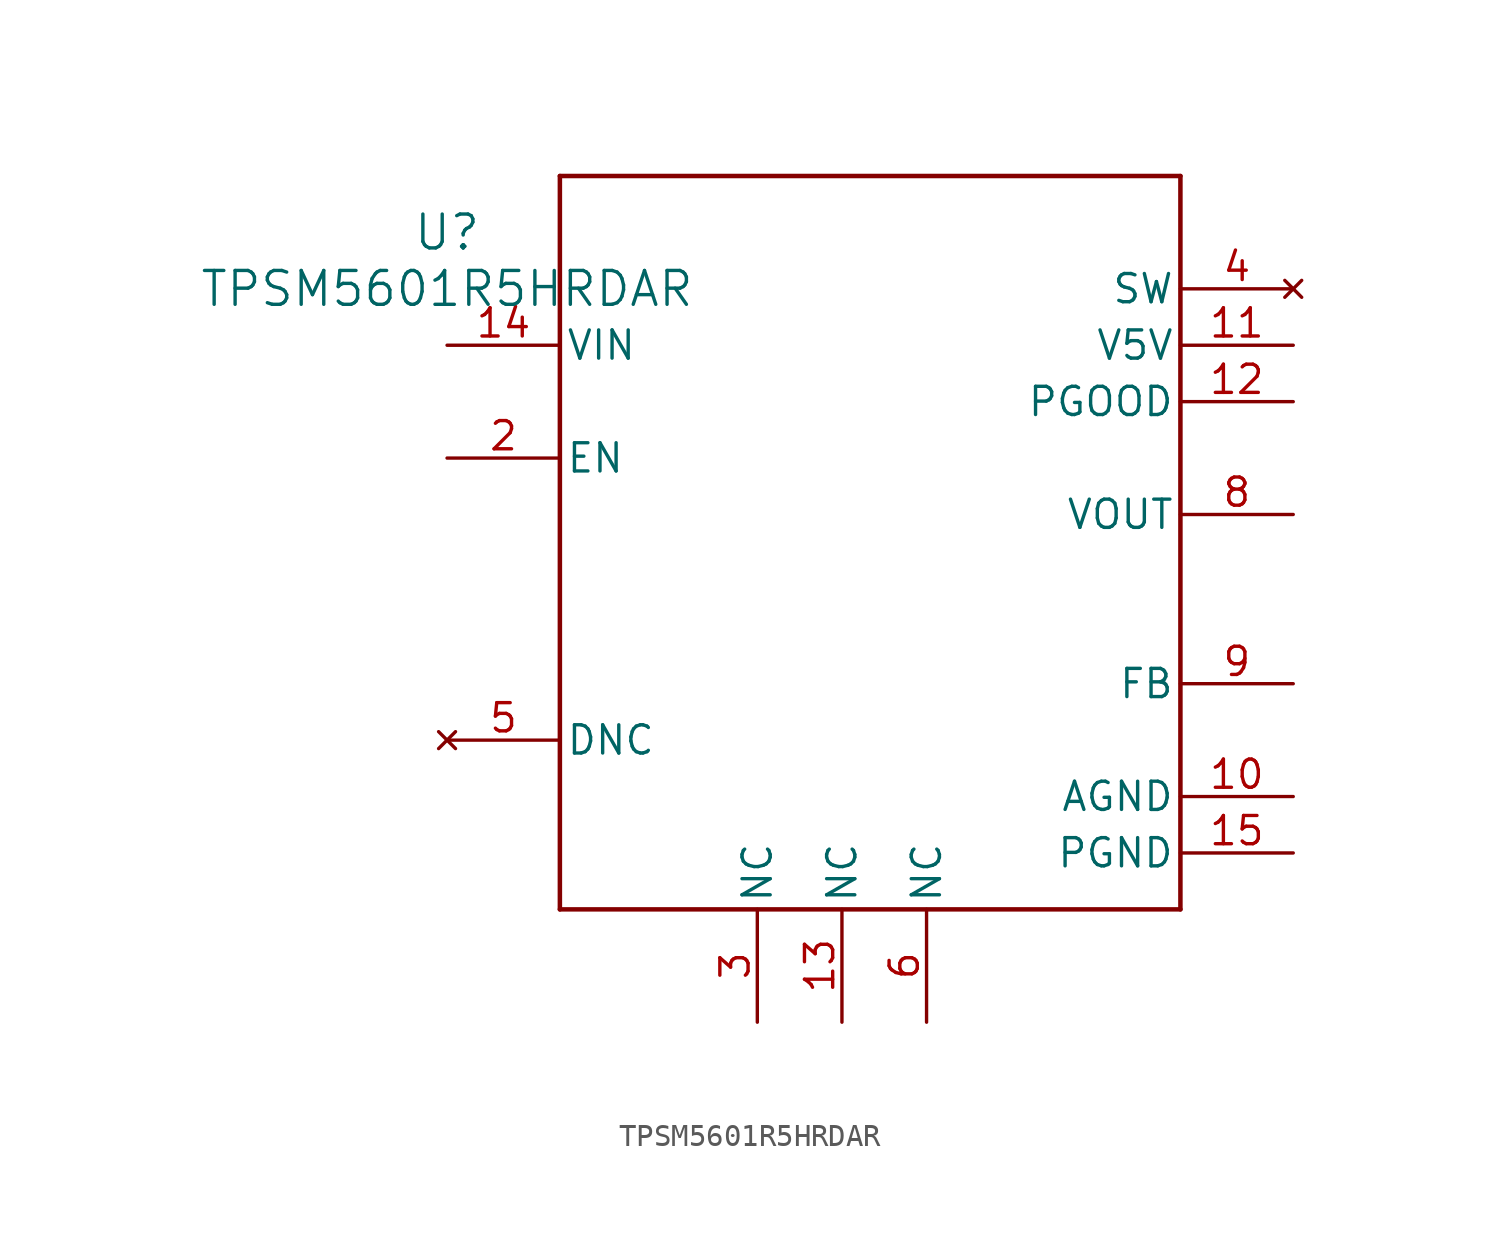
<source format=kicad_sym>
(kicad_symbol_lib
  (version 20231120)
  (generator "kicad_symbol_editor")
  (generator_version "8.0")
  (symbol "TPSM5601R5HRDAR"
    (pin_names
      (offset 0.254))
    (property "Reference" "U"
      (at 0 2.54 0)
      (effects (font (size 1.524 1.524))))
    (property "Value" "TPSM5601R5HRDAR"
      (at 0 0 0)
      (effects (font (size 1.524 1.524))))
    (symbol "TPSM5601R5HRDAR_0_1"
      (polyline (pts (xy 5.08 -27.94) (xy 33.02 -27.94)) (stroke (width 0.203) (type default)) (fill (type none)))
      (polyline (pts (xy 5.08 5.08) (xy 5.08 -27.94)) (stroke (width 0.203) (type default)) (fill (type none)))
      (polyline (pts (xy 33.02 -27.94) (xy 33.02 5.08)) (stroke (width 0.203) (type default)) (fill (type none)))
      (polyline (pts (xy 33.02 5.08) (xy 5.08 5.08)) (stroke (width 0.203) (type default)) (fill (type none)))
      (pin power_in line (at 38.1 -22.86 180) (length 5.08) (name "AGND" (effects (font (size 1.27 1.27)))) (number "10" (effects (font (size 1.27 1.27)))))
      (pin open_collector line (at 38.1 -5.08 180) (length 5.08) (name "PGOOD" (effects (font (size 1.27 1.27)))) (number "12" (effects (font (size 1.27 1.27)))))
      (pin power_in line (at 0 -2.54 0) (length 5.08) (name "VIN" (effects (font (size 1.27 1.27)))) (number "14" (effects (font (size 1.27 1.27)))))
      (pin power_in line (at 38.1 -25.4 180) (length 5.08) (name "PGND" (effects (font (size 1.27 1.27)))) (number "15" (effects (font (size 1.27 1.27))))))
    (symbol "TPSM5601R5HRDAR_1_1"
      (pin power_in line (at 0 -2.54 0) (length 5.08) hide (name "VIN" (effects (font (size 1.27 1.27)))) (number "1" (effects (font (size 1.27 1.27)))))
      (pin power_out line (at 38.1 -2.54 180) (length 5.08) (name "V5V" (effects (font (size 1.27 1.27)))) (number "11" (effects (font (size 1.27 1.27)))))
      (pin passive line (at 17.78 -33.02 90) (length 5.08) (name "NC" (effects (font (size 1.27 1.27)))) (number "13" (effects (font (size 1.27 1.27)))))
      (pin passive line (at 0 -7.62 0) (length 5.08) (name "EN" (effects (font (size 1.27 1.27)))) (number "2" (effects (font (size 1.27 1.27)))))
      (pin passive line (at 13.97 -33.02 90) (length 5.08) (name "NC" (effects (font (size 1.27 1.27)))) (number "3" (effects (font (size 1.27 1.27)))))
      (pin no_connect line (at 38.1 0 180) (length 5.08) (name "SW" (effects (font (size 1.27 1.27)))) (number "4" (effects (font (size 1.27 1.27)))))
      (pin no_connect line (at 0 -20.32 0) (length 5.08) (name "DNC" (effects (font (size 1.27 1.27)))) (number "5" (effects (font (size 1.27 1.27)))))
      (pin passive line (at 21.59 -33.02 90) (length 5.08) (name "NC" (effects (font (size 1.27 1.27)))) (number "6" (effects (font (size 1.27 1.27)))))
      (pin power_out line (at 38.1 -10.16 180) (length 5.08) hide (name "VOUT" (effects (font (size 1.27 1.27)))) (number "7" (effects (font (size 1.27 1.27)))))
      (pin power_out line (at 38.1 -10.16 180) (length 5.08) (name "VOUT" (effects (font (size 1.27 1.27)))) (number "8" (effects (font (size 1.27 1.27)))))
      (pin passive line (at 38.1 -17.78 180) (length 5.08) (name "FB" (effects (font (size 1.27 1.27)))) (number "9" (effects (font (size 1.27 1.27))))))))
</source>
